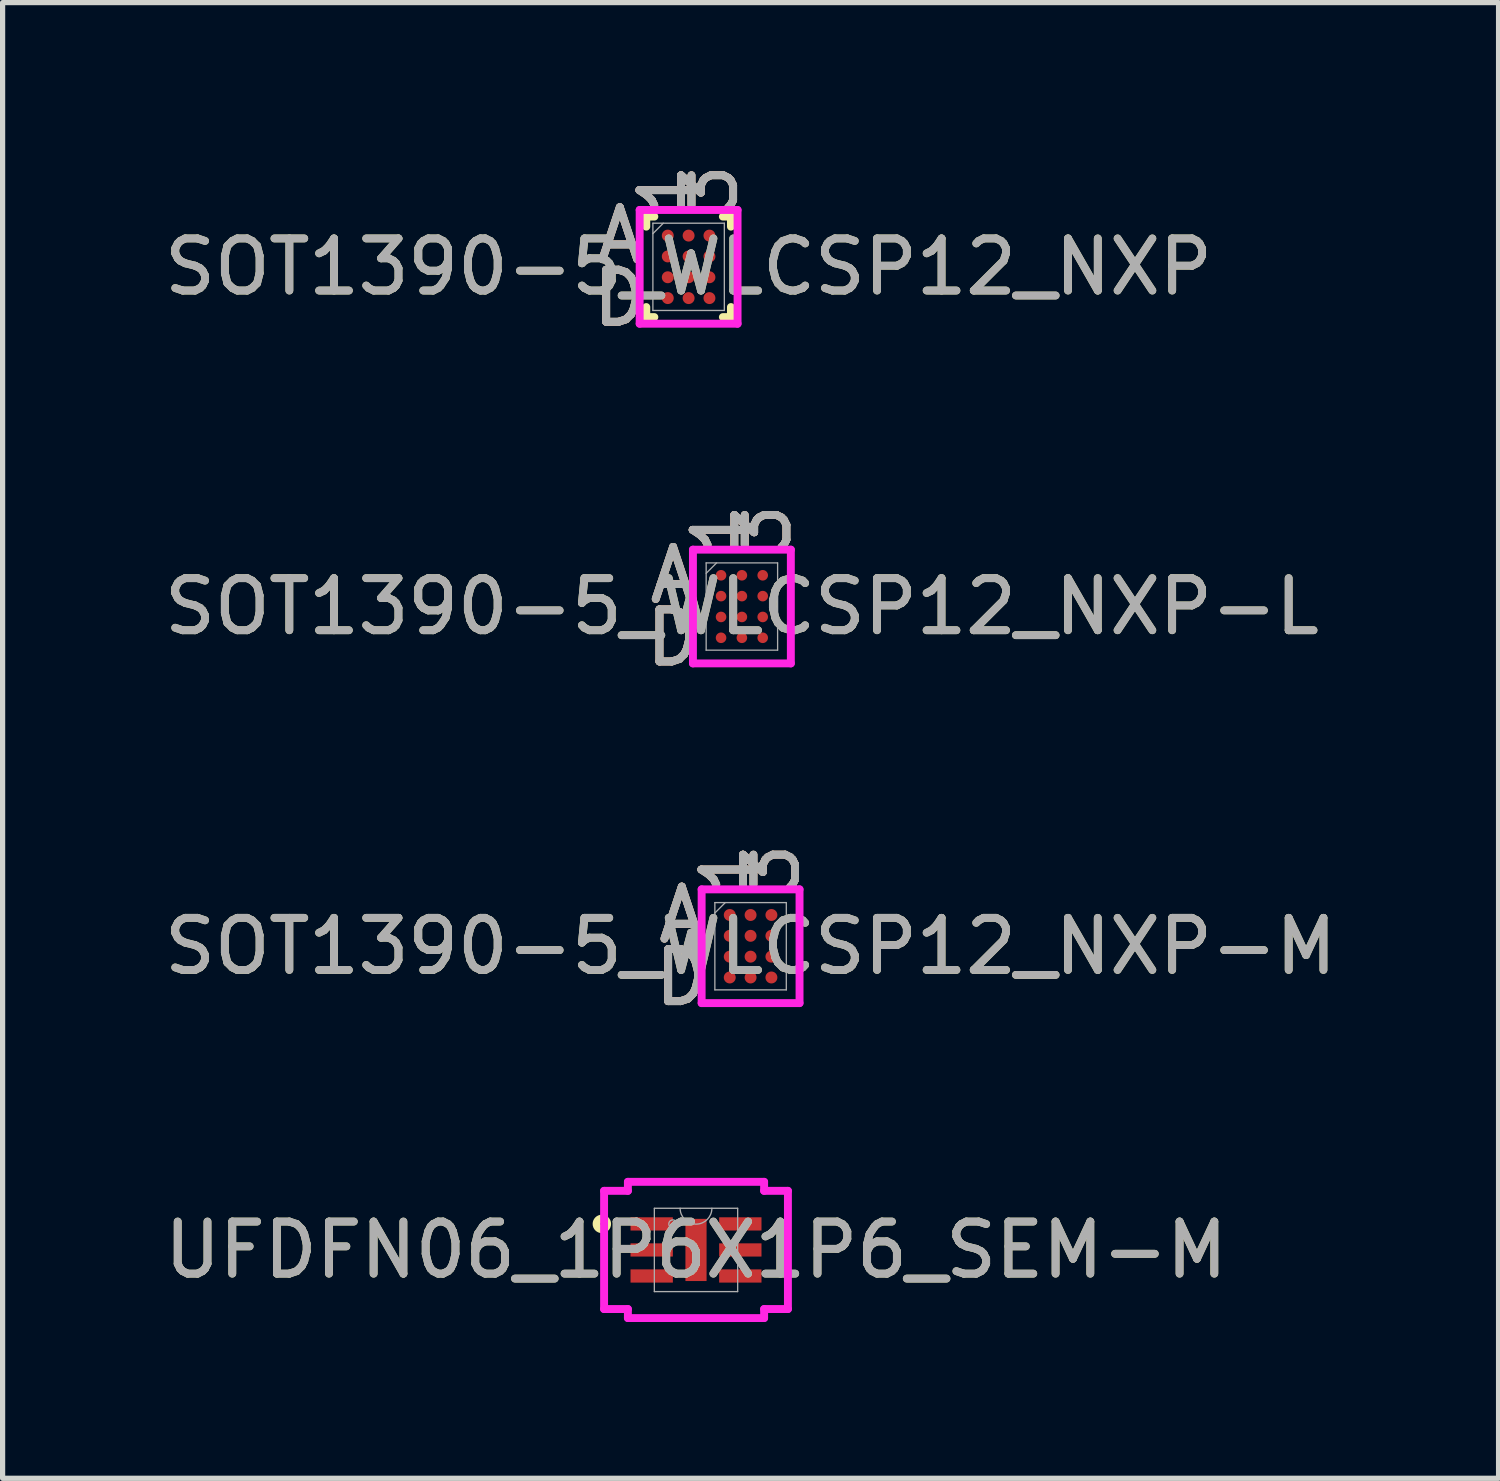
<source format=kicad_pcb>
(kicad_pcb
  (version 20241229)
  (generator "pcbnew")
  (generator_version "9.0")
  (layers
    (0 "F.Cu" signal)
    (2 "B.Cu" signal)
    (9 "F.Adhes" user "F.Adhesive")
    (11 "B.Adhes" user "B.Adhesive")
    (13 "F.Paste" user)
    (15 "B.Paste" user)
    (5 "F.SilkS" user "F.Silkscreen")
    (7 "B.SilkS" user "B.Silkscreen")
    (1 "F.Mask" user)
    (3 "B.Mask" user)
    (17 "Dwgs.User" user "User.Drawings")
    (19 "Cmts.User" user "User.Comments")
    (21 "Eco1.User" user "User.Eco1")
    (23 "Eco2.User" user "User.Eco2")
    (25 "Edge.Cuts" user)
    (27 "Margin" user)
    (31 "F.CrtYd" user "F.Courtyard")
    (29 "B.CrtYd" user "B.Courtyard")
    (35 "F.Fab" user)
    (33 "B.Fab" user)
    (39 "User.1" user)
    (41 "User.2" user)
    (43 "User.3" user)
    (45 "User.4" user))
  (footprint "UFDFN06_1P6X1P6_SEM-M"
    (layer "F.Cu")
    (at 10.315 20.952)
    (property "Reference" "UFDFN06_1P6X1P6_SEM-M" (at 0 0 0) (unlocked yes) (layer "F.SilkS") (effects (font (size 1 1) (thickness 0.15))))
    (attr smd)
    (fp_circle (center -1.808 -0.5) (end -1.707 -0.5) (stroke (width 0.152) (type solid)) (fill no) (layer "F.SilkS"))
    (fp_line (start -1.765 -1.135) (end -1.308 -1.135) (stroke (width 0.152) (type solid)) (layer "F.CrtYd"))
    (fp_line (start -1.765 1.135) (end -1.765 -1.135) (stroke (width 0.152) (type solid)) (layer "F.CrtYd"))
    (fp_line (start -1.765 1.135) (end -1.308 1.135) (stroke (width 0.152) (type solid)) (layer "F.CrtYd"))
    (fp_line (start -1.308 -1.308) (end 1.308 -1.308) (stroke (width 0.152) (type solid)) (layer "F.CrtYd"))
    (fp_line (start -1.308 -1.135) (end -1.308 -1.308) (stroke (width 0.152) (type solid)) (layer "F.CrtYd"))
    (fp_line (start -1.308 1.308) (end -1.308 1.135) (stroke (width 0.152) (type solid)) (layer "F.CrtYd"))
    (fp_line (start 1.308 -1.308) (end 1.308 -1.135) (stroke (width 0.152) (type solid)) (layer "F.CrtYd"))
    (fp_line (start 1.308 1.135) (end 1.308 1.308) (stroke (width 0.152) (type solid)) (layer "F.CrtYd"))
    (fp_line (start 1.308 1.308) (end -1.308 1.308) (stroke (width 0.152) (type solid)) (layer "F.CrtYd"))
    (fp_line (start 1.765 -1.135) (end 1.308 -1.135) (stroke (width 0.152) (type solid)) (layer "F.CrtYd"))
    (fp_line (start 1.765 -1.135) (end 1.765 1.135) (stroke (width 0.152) (type solid)) (layer "F.CrtYd"))
    (fp_line (start 1.765 1.135) (end 1.308 1.135) (stroke (width 0.152) (type solid)) (layer "F.CrtYd"))
    (fp_line (start -0.8 -0.8) (end -0.8 0.8) (stroke (width 0.025) (type solid)) (layer "F.Fab"))
    (fp_line (start -0.8 0.8) (end 0.8 0.8) (stroke (width 0.025) (type solid)) (layer "F.Fab"))
    (fp_line (start 0.8 -0.8) (end -0.8 -0.8) (stroke (width 0.025) (type solid)) (layer "F.Fab"))
    (fp_line (start 0.8 0.8) (end 0.8 -0.8) (stroke (width 0.025) (type solid)) (layer "F.Fab"))
    (fp_arc (start 0.3048 -0.8001) (mid 0 -0.4953) (end -0.3048 -0.8001) (stroke (width 0.0254) (type solid)) (layer "F.Fab"))
    (fp_circle (center -0.445 -0.5) (end -0.368 -0.5) (stroke (width 0.025) (type solid)) (fill no) (layer "F.Fab"))
    (fp_text user "${REFERENCE}" (at 0 0 0) (unlocked yes) (layer "F.Fab") (effects (font (size 1 1) (thickness 0.15))))
    (pad "1" smd rect (at -0.851 -0.5) (size 0.813 0.254) (layers "F.Cu" "F.Mask" "F.Paste"))
    (pad "2" smd rect (at -0.851 0) (size 0.813 0.254) (layers "F.Cu" "F.Mask" "F.Paste"))
    (pad "3" smd rect (at -0.851 0.5) (size 0.813 0.254) (layers "F.Cu" "F.Mask" "F.Paste"))
    (pad "4" smd rect (at 0.851 0.5) (size 0.813 0.254) (layers "F.Cu" "F.Mask" "F.Paste"))
    (pad "5" smd rect (at 0.851 0) (size 0.813 0.254) (layers "F.Cu" "F.Mask" "F.Paste"))
    (pad "6" smd rect (at 0.851 -0.5) (size 0.813 0.254) (layers "F.Cu" "F.Mask" "F.Paste"))
    (pad "7" smd rect (at 0 0) (size 0.406 1.194) (layers "F.Cu" "F.Mask" "F.Paste")))
  (footprint "SOT1390-5_WLCSP12_NXP-M"
    (layer "F.Cu")
    (at 11.363 15.12)
    (property "Reference" "SOT1390-5_WLCSP12_NXP-M" (at 0 0 0) (unlocked yes) (layer "F.SilkS") (effects (font (size 1 1) (thickness 0.15))))
    (attr smd)
    (fp_poly (pts (xy -1.044 -1.244) (xy 1.044 -1.244) (xy 1.044 1.244) (xy -1.044 1.244)) (stroke (width 0.1) (type solid)) (fill no) (layer "Eco2.User"))
    (fp_line (start -0.94 -1.092) (end 0.94 -1.092) (stroke (width 0.152) (type solid)) (layer "F.CrtYd"))
    (fp_line (start -0.94 1.092) (end -0.94 -1.092) (stroke (width 0.152) (type solid)) (layer "F.CrtYd"))
    (fp_line (start 0.94 -1.092) (end 0.94 1.092) (stroke (width 0.152) (type solid)) (layer "F.CrtYd"))
    (fp_line (start 0.94 1.092) (end -0.94 1.092) (stroke (width 0.152) (type solid)) (layer "F.CrtYd"))
    (fp_line (start -0.686 -0.838) (end -0.686 0.838) (stroke (width 0.025) (type solid)) (layer "F.Fab"))
    (fp_line (start -0.686 0.838) (end 0.686 0.838) (stroke (width 0.025) (type solid)) (layer "F.Fab"))
    (fp_line (start -0.486 -0.838) (end -0.686 -0.638) (stroke (width 0.025) (type solid)) (layer "F.Fab"))
    (fp_line (start 0.686 -0.838) (end -0.686 -0.838) (stroke (width 0.025) (type solid)) (layer "F.Fab"))
    (fp_line (start 0.686 0.838) (end 0.686 -0.838) (stroke (width 0.025) (type solid)) (layer "F.Fab"))
    (fp_text user "A" (at -1.321 -0.6 0) (unlocked yes) (layer "F.SilkS") (effects (font (size 1 1) (thickness 0.15))))
    (fp_text user "3" (at 0.4 -1.473 90) (unlocked yes) (layer "F.SilkS") (effects (font (size 1 1) (thickness 0.15))))
    (fp_text user "D" (at -1.321 0.6 0) (unlocked yes) (layer "F.SilkS") (effects (font (size 1 1) (thickness 0.15))))
    (fp_text user "1" (at -0.4 -1.473 90) (unlocked yes) (layer "F.SilkS") (effects (font (size 1 1) (thickness 0.15))))
    (fp_text user "D" (at -1.321 0.6 0) (unlocked yes) (layer "B.SilkS") (effects (font (size 1 1) (thickness 0.15))))
    (fp_text user "3" (at 0.4 -1.473 90) (unlocked yes) (layer "B.SilkS") (effects (font (size 1 1) (thickness 0.15))))
    (fp_text user "1" (at -0.4 -1.473 90) (unlocked yes) (layer "B.SilkS") (effects (font (size 1 1) (thickness 0.15))))
    (fp_text user "A" (at -1.321 -0.6 0) (unlocked yes) (layer "B.SilkS") (effects (font (size 1 1) (thickness 0.15))))
    (fp_text user "A" (at -1.321 -0.6 0) (unlocked yes) (layer "F.Fab") (effects (font (size 1 1) (thickness 0.15))))
    (fp_text user "${REFERENCE}" (at 0 0 0) (unlocked yes) (layer "F.Fab") (effects (font (size 1 1) (thickness 0.15))))
    (fp_text user "D" (at -1.321 0.6 0) (unlocked yes) (layer "F.Fab") (effects (font (size 1 1) (thickness 0.15))))
    (fp_text user "3" (at 0.4 -1.473 90) (unlocked yes) (layer "F.Fab") (effects (font (size 1 1) (thickness 0.15))))
    (fp_text user "1" (at -0.4 -1.473 90) (unlocked yes) (layer "F.Fab") (effects (font (size 1 1) (thickness 0.15))))
    (pad "A1" smd circle (at -0.4 -0.6) (size 0.229 0.229) (layers "F.Cu" "F.Mask" "F.Paste"))
    (pad "A2" smd circle (at 0 -0.6) (size 0.229 0.229) (layers "F.Cu" "F.Mask" "F.Paste"))
    (pad "A3" smd circle (at 0.4 -0.6) (size 0.229 0.229) (layers "F.Cu" "F.Mask" "F.Paste"))
    (pad "B1" smd circle (at -0.4 -0.2) (size 0.229 0.229) (layers "F.Cu" "F.Mask" "F.Paste"))
    (pad "B2" smd circle (at 0 -0.2) (size 0.229 0.229) (layers "F.Cu" "F.Mask" "F.Paste"))
    (pad "B3" smd circle (at 0.4 -0.2) (size 0.229 0.229) (layers "F.Cu" "F.Mask" "F.Paste"))
    (pad "C1" smd circle (at -0.4 0.2) (size 0.229 0.229) (layers "F.Cu" "F.Mask" "F.Paste"))
    (pad "C2" smd circle (at 0 0.2) (size 0.229 0.229) (layers "F.Cu" "F.Mask" "F.Paste"))
    (pad "C3" smd circle (at 0.4 0.2) (size 0.229 0.229) (layers "F.Cu" "F.Mask" "F.Paste"))
    (pad "D1" smd circle (at -0.4 0.6) (size 0.229 0.229) (layers "F.Cu" "F.Mask" "F.Paste"))
    (pad "D2" smd circle (at 0 0.6) (size 0.229 0.229) (layers "F.Cu" "F.Mask" "F.Paste"))
    (pad "D3" smd circle (at 0.4 0.6) (size 0.229 0.229) (layers "F.Cu" "F.Mask" "F.Paste")))
  (footprint "SOT1390-5_WLCSP12_NXP-L"
    (layer "F.Cu")
    (at 11.196 8.597)
    (property "Reference" "SOT1390-5_WLCSP12_NXP-L" (at 0 0 0) (unlocked yes) (layer "F.SilkS") (effects (font (size 1 1) (thickness 0.15))))
    (attr smd)
    (fp_poly (pts (xy -1.044 -1.244) (xy 1.044 -1.244) (xy 1.044 1.244) (xy -1.044 1.244)) (stroke (width 0.1) (type solid)) (fill no) (layer "Eco2.User"))
    (fp_line (start -0.94 -1.092) (end 0.94 -1.092) (stroke (width 0.152) (type solid)) (layer "F.CrtYd"))
    (fp_line (start -0.94 1.092) (end -0.94 -1.092) (stroke (width 0.152) (type solid)) (layer "F.CrtYd"))
    (fp_line (start 0.94 -1.092) (end 0.94 1.092) (stroke (width 0.152) (type solid)) (layer "F.CrtYd"))
    (fp_line (start 0.94 1.092) (end -0.94 1.092) (stroke (width 0.152) (type solid)) (layer "F.CrtYd"))
    (fp_line (start -0.686 -0.838) (end -0.686 0.838) (stroke (width 0.025) (type solid)) (layer "F.Fab"))
    (fp_line (start -0.686 0.838) (end 0.686 0.838) (stroke (width 0.025) (type solid)) (layer "F.Fab"))
    (fp_line (start -0.486 -0.838) (end -0.686 -0.638) (stroke (width 0.025) (type solid)) (layer "F.Fab"))
    (fp_line (start 0.686 -0.838) (end -0.686 -0.838) (stroke (width 0.025) (type solid)) (layer "F.Fab"))
    (fp_line (start 0.686 0.838) (end 0.686 -0.838) (stroke (width 0.025) (type solid)) (layer "F.Fab"))
    (fp_text user "3" (at 0.4 -1.473 90) (unlocked yes) (layer "F.SilkS") (effects (font (size 1 1) (thickness 0.15))))
    (fp_text user "1" (at -0.4 -1.473 90) (unlocked yes) (layer "F.SilkS") (effects (font (size 1 1) (thickness 0.15))))
    (fp_text user "D" (at -1.321 0.6 0) (unlocked yes) (layer "F.SilkS") (effects (font (size 1 1) (thickness 0.15))))
    (fp_text user "A" (at -1.321 -0.6 0) (unlocked yes) (layer "F.SilkS") (effects (font (size 1 1) (thickness 0.15))))
    (fp_text user "D" (at -1.321 0.6 0) (unlocked yes) (layer "B.SilkS") (effects (font (size 1 1) (thickness 0.15))))
    (fp_text user "3" (at 0.4 -1.473 90) (unlocked yes) (layer "B.SilkS") (effects (font (size 1 1) (thickness 0.15))))
    (fp_text user "1" (at -0.4 -1.473 90) (unlocked yes) (layer "B.SilkS") (effects (font (size 1 1) (thickness 0.15))))
    (fp_text user "A" (at -1.321 -0.6 0) (unlocked yes) (layer "B.SilkS") (effects (font (size 1 1) (thickness 0.15))))
    (fp_text user "1" (at -0.4 -1.473 90) (unlocked yes) (layer "F.Fab") (effects (font (size 1 1) (thickness 0.15))))
    (fp_text user "D" (at -1.321 0.6 0) (unlocked yes) (layer "F.Fab") (effects (font (size 1 1) (thickness 0.15))))
    (fp_text user "A" (at -1.321 -0.6 0) (unlocked yes) (layer "F.Fab") (effects (font (size 1 1) (thickness 0.15))))
    (fp_text user "3" (at 0.4 -1.473 90) (unlocked yes) (layer "F.Fab") (effects (font (size 1 1) (thickness 0.15))))
    (fp_text user "${REFERENCE}" (at 0 0 0) (unlocked yes) (layer "F.Fab") (effects (font (size 1 1) (thickness 0.15))))
    (pad "A1" smd circle (at -0.4 -0.6) (size 0.203 0.203) (layers "F.Cu" "F.Mask" "F.Paste"))
    (pad "A2" smd circle (at 0 -0.6) (size 0.203 0.203) (layers "F.Cu" "F.Mask" "F.Paste"))
    (pad "A3" smd circle (at 0.4 -0.6) (size 0.203 0.203) (layers "F.Cu" "F.Mask" "F.Paste"))
    (pad "B1" smd circle (at -0.4 -0.2) (size 0.203 0.203) (layers "F.Cu" "F.Mask" "F.Paste"))
    (pad "B2" smd circle (at 0 -0.2) (size 0.203 0.203) (layers "F.Cu" "F.Mask" "F.Paste"))
    (pad "B3" smd circle (at 0.4 -0.2) (size 0.203 0.203) (layers "F.Cu" "F.Mask" "F.Paste"))
    (pad "C1" smd circle (at -0.4 0.2) (size 0.203 0.203) (layers "F.Cu" "F.Mask" "F.Paste"))
    (pad "C2" smd circle (at 0 0.2) (size 0.203 0.203) (layers "F.Cu" "F.Mask" "F.Paste"))
    (pad "C3" smd circle (at 0.4 0.2) (size 0.203 0.203) (layers "F.Cu" "F.Mask" "F.Paste"))
    (pad "D1" smd circle (at -0.4 0.6) (size 0.203 0.203) (layers "F.Cu" "F.Mask" "F.Paste"))
    (pad "D2" smd circle (at 0 0.6) (size 0.203 0.203) (layers "F.Cu" "F.Mask" "F.Paste"))
    (pad "D3" smd circle (at 0.4 0.6) (size 0.203 0.203) (layers "F.Cu" "F.Mask" "F.Paste")))
  (footprint "SOT1390-5_WLCSP12_NXP"
    (layer "F.Cu")
    (at 10.173 2.074)
    (property "Reference" "SOT1390-5_WLCSP12_NXP" (at 0 0 0) (unlocked yes) (layer "F.SilkS") (effects (font (size 1 1) (thickness 0.15))))
    (attr smd)
    (fp_line (start -0.813 -0.965) (end -0.813 -0.772) (stroke (width 0.152) (type solid)) (layer "F.SilkS"))
    (fp_line (start -0.813 0.772) (end -0.813 0.965) (stroke (width 0.152) (type solid)) (layer "F.SilkS"))
    (fp_line (start -0.813 0.965) (end -0.658 0.965) (stroke (width 0.152) (type solid)) (layer "F.SilkS"))
    (fp_line (start -0.658 -0.965) (end -0.813 -0.965) (stroke (width 0.152) (type solid)) (layer "F.SilkS"))
    (fp_line (start 0.658 0.965) (end 0.813 0.965) (stroke (width 0.152) (type solid)) (layer "F.SilkS"))
    (fp_line (start 0.813 -0.965) (end 0.658 -0.965) (stroke (width 0.152) (type solid)) (layer "F.SilkS"))
    (fp_line (start 0.813 -0.772) (end 0.813 -0.965) (stroke (width 0.152) (type solid)) (layer "F.SilkS"))
    (fp_line (start 0.813 0.965) (end 0.813 0.772) (stroke (width 0.152) (type solid)) (layer "F.SilkS"))
    (fp_poly (pts (xy -1.044 -1.244) (xy 1.044 -1.244) (xy 1.044 1.244) (xy -1.044 1.244)) (stroke (width 0.1) (type solid)) (fill no) (layer "Eco2.User"))
    (fp_line (start -0.94 -1.092) (end 0.94 -1.092) (stroke (width 0.152) (type solid)) (layer "F.CrtYd"))
    (fp_line (start -0.94 1.092) (end -0.94 -1.092) (stroke (width 0.152) (type solid)) (layer "F.CrtYd"))
    (fp_line (start 0.94 -1.092) (end 0.94 1.092) (stroke (width 0.152) (type solid)) (layer "F.CrtYd"))
    (fp_line (start 0.94 1.092) (end -0.94 1.092) (stroke (width 0.152) (type solid)) (layer "F.CrtYd"))
    (fp_line (start -0.686 -0.838) (end -0.686 0.838) (stroke (width 0.025) (type solid)) (layer "F.Fab"))
    (fp_line (start -0.686 0.838) (end 0.686 0.838) (stroke (width 0.025) (type solid)) (layer "F.Fab"))
    (fp_line (start -0.486 -0.838) (end -0.686 -0.638) (stroke (width 0.025) (type solid)) (layer "F.Fab"))
    (fp_line (start 0.686 -0.838) (end -0.686 -0.838) (stroke (width 0.025) (type solid)) (layer "F.Fab"))
    (fp_line (start 0.686 0.838) (end 0.686 -0.838) (stroke (width 0.025) (type solid)) (layer "F.Fab"))
    (fp_text user "3" (at 0.4 -1.473 90) (unlocked yes) (layer "F.SilkS") (effects (font (size 1 1) (thickness 0.15))))
    (fp_text user "D" (at -1.321 0.6 0) (unlocked yes) (layer "F.SilkS") (effects (font (size 1 1) (thickness 0.15))))
    (fp_text user "1" (at -0.4 -1.473 90) (unlocked yes) (layer "F.SilkS") (effects (font (size 1 1) (thickness 0.15))))
    (fp_text user "A" (at -1.321 -0.6 0) (unlocked yes) (layer "F.SilkS") (effects (font (size 1 1) (thickness 0.15))))
    (fp_text user "A" (at -1.321 -0.6 0) (unlocked yes) (layer "B.SilkS") (effects (font (size 1 1) (thickness 0.15))))
    (fp_text user "3" (at 0.4 -1.473 90) (unlocked yes) (layer "B.SilkS") (effects (font (size 1 1) (thickness 0.15))))
    (fp_text user "D" (at -1.321 0.6 0) (unlocked yes) (layer "B.SilkS") (effects (font (size 1 1) (thickness 0.15))))
    (fp_text user "1" (at -0.4 -1.473 90) (unlocked yes) (layer "B.SilkS") (effects (font (size 1 1) (thickness 0.15))))
    (fp_text user "3" (at 0.4 -1.473 90) (unlocked yes) (layer "F.Fab") (effects (font (size 1 1) (thickness 0.15))))
    (fp_text user "${REFERENCE}" (at 0 0 0) (unlocked yes) (layer "F.Fab") (effects (font (size 1 1) (thickness 0.15))))
    (fp_text user "D" (at -1.321 0.6 0) (unlocked yes) (layer "F.Fab") (effects (font (size 1 1) (thickness 0.15))))
    (fp_text user "1" (at -0.4 -1.473 90) (unlocked yes) (layer "F.Fab") (effects (font (size 1 1) (thickness 0.15))))
    (fp_text user "A" (at -1.321 -0.6 0) (unlocked yes) (layer "F.Fab") (effects (font (size 1 1) (thickness 0.15))))
    (pad "A1" smd circle (at -0.4 -0.6) (size 0.229 0.229) (layers "F.Cu" "F.Mask" "F.Paste"))
    (pad "A2" smd circle (at 0 -0.6) (size 0.229 0.229) (layers "F.Cu" "F.Mask" "F.Paste"))
    (pad "A3" smd circle (at 0.4 -0.6) (size 0.229 0.229) (layers "F.Cu" "F.Mask" "F.Paste"))
    (pad "B1" smd circle (at -0.4 -0.2) (size 0.229 0.229) (layers "F.Cu" "F.Mask" "F.Paste"))
    (pad "B2" smd circle (at 0 -0.2) (size 0.229 0.229) (layers "F.Cu" "F.Mask" "F.Paste"))
    (pad "B3" smd circle (at 0.4 -0.2) (size 0.229 0.229) (layers "F.Cu" "F.Mask" "F.Paste"))
    (pad "C1" smd circle (at -0.4 0.2) (size 0.229 0.229) (layers "F.Cu" "F.Mask" "F.Paste"))
    (pad "C2" smd circle (at 0 0.2) (size 0.229 0.229) (layers "F.Cu" "F.Mask" "F.Paste"))
    (pad "C3" smd circle (at 0.4 0.2) (size 0.229 0.229) (layers "F.Cu" "F.Mask" "F.Paste"))
    (pad "D1" smd circle (at -0.4 0.6) (size 0.229 0.229) (layers "F.Cu" "F.Mask" "F.Paste"))
    (pad "D2" smd circle (at 0 0.6) (size 0.229 0.229) (layers "F.Cu" "F.Mask" "F.Paste"))
    (pad "D3" smd circle (at 0.4 0.6) (size 0.229 0.229) (layers "F.Cu" "F.Mask" "F.Paste")))
  (gr_rect
    (start -3 -3)
    (end 25.726 25.337)
    (stroke (width 0.1) (type default))
    (fill no)
    (layer "Edge.Cuts")))
</source>
